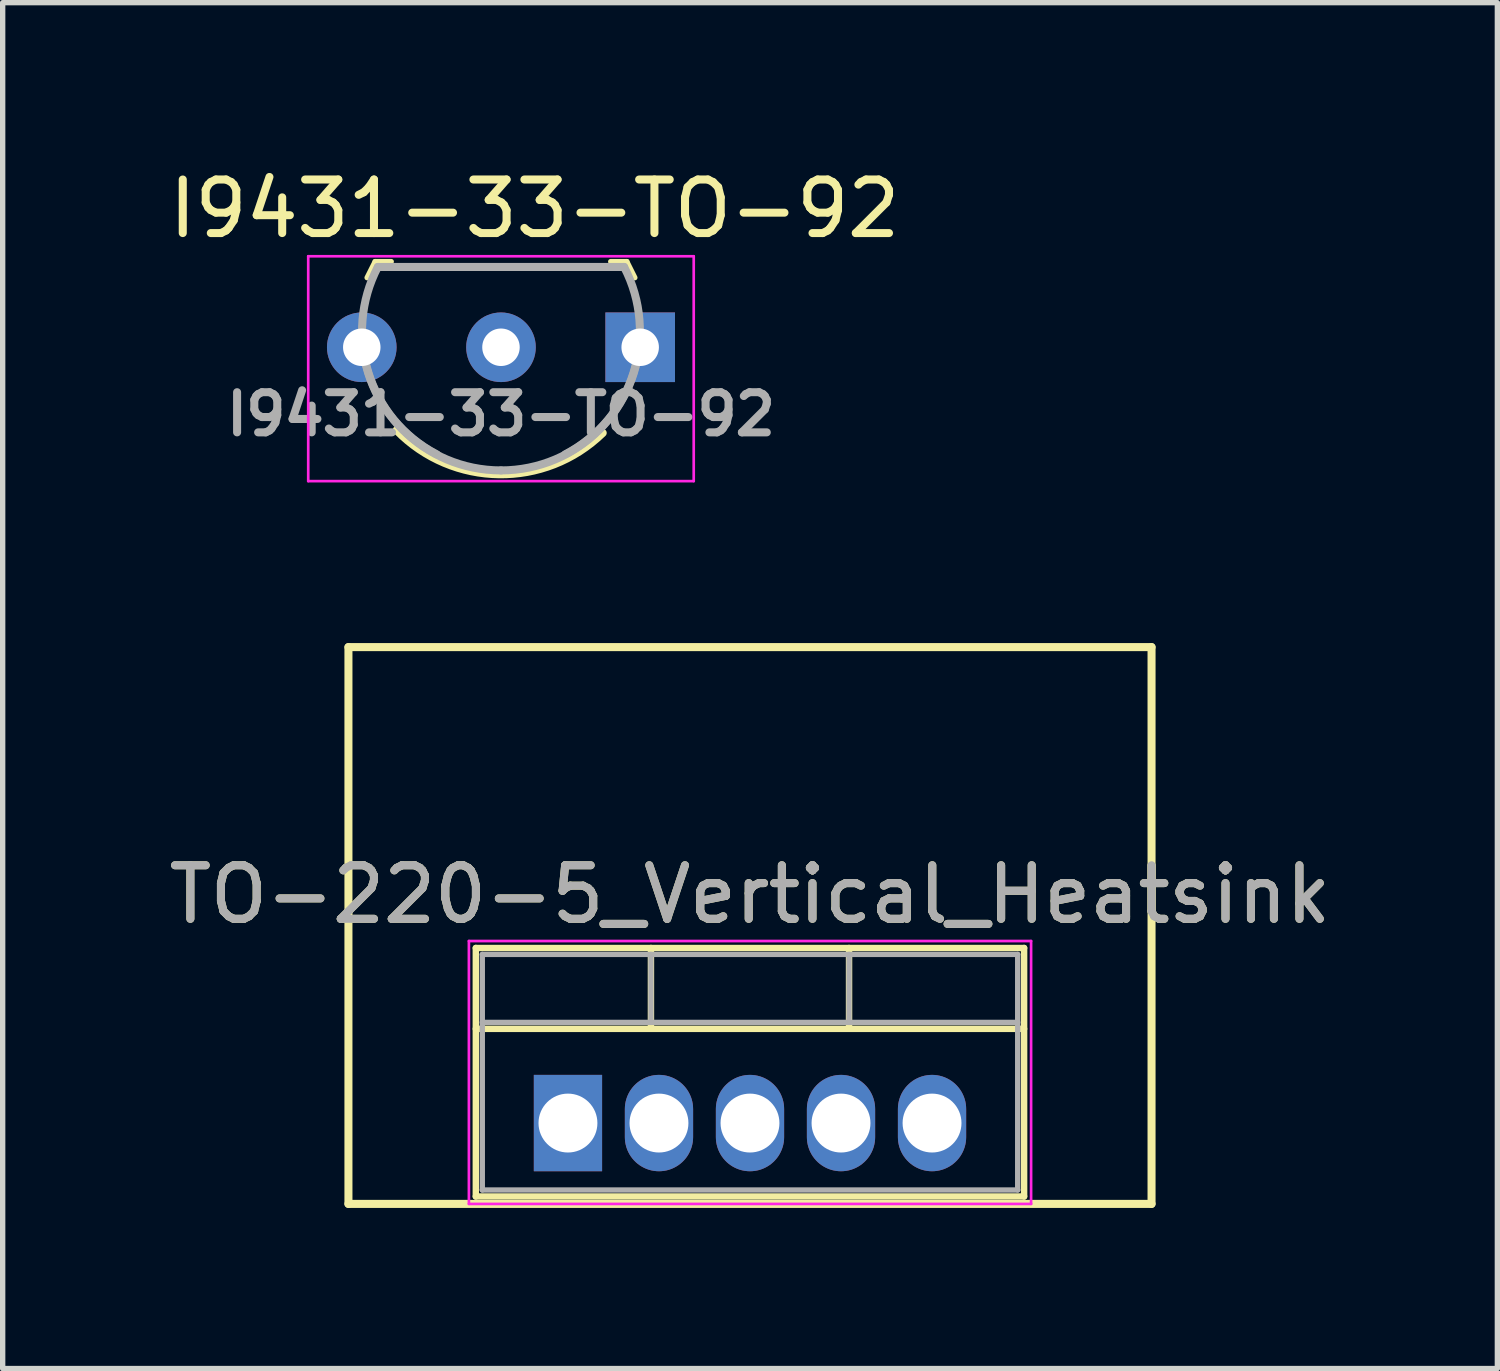
<source format=kicad_pcb>
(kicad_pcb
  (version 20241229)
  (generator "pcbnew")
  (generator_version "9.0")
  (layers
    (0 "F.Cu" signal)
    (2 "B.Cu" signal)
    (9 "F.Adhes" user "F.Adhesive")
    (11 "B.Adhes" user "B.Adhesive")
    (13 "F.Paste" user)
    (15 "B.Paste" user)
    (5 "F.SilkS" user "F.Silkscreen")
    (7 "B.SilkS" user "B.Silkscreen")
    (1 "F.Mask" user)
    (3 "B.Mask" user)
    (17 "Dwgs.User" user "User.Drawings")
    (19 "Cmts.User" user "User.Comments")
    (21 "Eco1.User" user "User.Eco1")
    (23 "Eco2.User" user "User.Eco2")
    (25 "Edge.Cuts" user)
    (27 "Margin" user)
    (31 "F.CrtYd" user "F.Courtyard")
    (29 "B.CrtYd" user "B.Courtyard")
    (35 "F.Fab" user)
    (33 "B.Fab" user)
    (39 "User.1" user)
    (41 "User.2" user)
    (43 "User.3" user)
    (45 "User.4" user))
  (footprint "I9431-33-TO-92"
    (layer "F.Cu")
    (at 4.335 4.198)
    (property "Reference" "I9431-33-TO-92" (at 2.6 -3.35 0) (layer "F.SilkS") (effects (font (size 1 1) (thickness 0.15))))
    (attr through_hole)
    (fp_line (start -0.378 -2.362) (end -0.528 -2.062) (stroke (width 0.1) (type solid)) (layer "F.SilkS"))
    (fp_line (start -0.378 -2.362) (end -0.078 -2.362) (stroke (width 0.1) (type solid)) (layer "F.SilkS"))
    (fp_line (start 4.022 -2.362) (end 4.322 -2.362) (stroke (width 0.1) (type solid)) (layer "F.SilkS"))
    (fp_line (start 4.322 -2.362) (end 4.472 -2.062) (stroke (width 0.1) (type solid)) (layer "F.SilkS"))
    (fp_arc (start 3.872 0.838) (mid 1.936645 1.610361) (end 0.022 0.788) (stroke (width 0.15) (type solid)) (layer "F.SilkS"))
    (fp_line (start -1.628 -2.462) (end -1.628 1.738) (stroke (width 0.05) (type solid)) (layer "F.CrtYd"))
    (fp_line (start 5.572 -2.462) (end -1.628 -2.462) (stroke (width 0.05) (type solid)) (layer "F.CrtYd"))
    (fp_line (start 5.572 -2.462) (end 5.572 1.738) (stroke (width 0.05) (type solid)) (layer "F.CrtYd"))
    (fp_line (start 5.572 1.738) (end -1.628 1.738) (stroke (width 0.05) (type solid)) (layer "F.CrtYd"))
    (fp_line (start -0.328 -2.262) (end 4.272 -2.262) (stroke (width 0.15) (type solid)) (layer "F.Fab"))
    (fp_arc (start 0.772 1.238) (mid -0.502874 -0.284183) (end -0.328 -2.262) (stroke (width 0.15) (type solid)) (layer "F.Fab"))
    (fp_arc (start 1.972 1.538) (mid 0.133522 0.776478) (end -0.628 -1.062) (stroke (width 0.15) (type solid)) (layer "F.Fab"))
    (fp_arc (start 4.272 -2.262) (mid 4.446874 -0.284183) (end 3.172 1.238) (stroke (width 0.15) (type solid)) (layer "F.Fab"))
    (fp_arc (start 4.572 -1.062) (mid 3.810478 0.776478) (end 1.972 1.538) (stroke (width 0.15) (type solid)) (layer "F.Fab"))
    (fp_text user "${REFERENCE}" (at 1.972 0.488 0) (layer "F.Fab") (effects (font (size 0.75 0.75) (thickness 0.15))))
    (pad "1" thru_hole rect (at 4.572 -0.762) (size 1.3 1.3) (drill 0.7) (layers "*.Cu" "*.Mask"))
    (pad "2" thru_hole circle (at 1.972 -0.762) (size 1.3 1.3) (drill 0.7) (layers "*.Cu" "*.Mask"))
    (pad "3" thru_hole circle (at -0.628 -0.762) (size 1.3 1.3) (drill 0.7) (layers "*.Cu" "*.Mask")))
  (footprint "TO-220-5_Vertical_Heatsink"
    (layer "F.Cu")
    (at 7.558 17.926)
    (property "Reference" "TO-220-5_Vertical_Heatsink" (at 3.4 -4.27 0) (layer "F.SilkS") (effects (font (size 1 1) (thickness 0.15))))
    (attr through_hole)
    (fp_line (start -4.1 -8.89) (end -4.1 1.51) (stroke (width 0.15) (type solid)) (layer "F.SilkS"))
    (fp_line (start -4.1 1.51) (end 10.9 1.51) (stroke (width 0.15) (type solid)) (layer "F.SilkS"))
    (fp_line (start -1.721 -3.27) (end -1.721 1.371) (stroke (width 0.12) (type solid)) (layer "F.SilkS"))
    (fp_line (start -1.721 -3.27) (end 8.52 -3.27) (stroke (width 0.12) (type solid)) (layer "F.SilkS"))
    (fp_line (start -1.721 -1.76) (end 8.52 -1.76) (stroke (width 0.12) (type solid)) (layer "F.SilkS"))
    (fp_line (start -1.721 1.371) (end 8.52 1.371) (stroke (width 0.12) (type solid)) (layer "F.SilkS"))
    (fp_line (start 1.55 -3.27) (end 1.55 -1.76) (stroke (width 0.12) (type solid)) (layer "F.SilkS"))
    (fp_line (start 5.25 -3.27) (end 5.25 -1.76) (stroke (width 0.12) (type solid)) (layer "F.SilkS"))
    (fp_line (start 8.52 -3.27) (end 8.52 1.371) (stroke (width 0.12) (type solid)) (layer "F.SilkS"))
    (fp_line (start 10.9 -8.89) (end -4.1 -8.89) (stroke (width 0.15) (type solid)) (layer "F.SilkS"))
    (fp_line (start 10.9 1.51) (end 10.9 -8.89) (stroke (width 0.15) (type solid)) (layer "F.SilkS"))
    (fp_line (start -1.85 -3.4) (end -1.85 1.51) (stroke (width 0.05) (type solid)) (layer "F.CrtYd"))
    (fp_line (start -1.85 1.51) (end 8.65 1.51) (stroke (width 0.05) (type solid)) (layer "F.CrtYd"))
    (fp_line (start 8.65 -3.4) (end -1.85 -3.4) (stroke (width 0.05) (type solid)) (layer "F.CrtYd"))
    (fp_line (start 8.65 1.51) (end 8.65 -3.4) (stroke (width 0.05) (type solid)) (layer "F.CrtYd"))
    (fp_line (start -1.6 -3.15) (end -1.6 1.25) (stroke (width 0.1) (type solid)) (layer "F.Fab"))
    (fp_line (start -1.6 -1.88) (end 8.4 -1.88) (stroke (width 0.1) (type solid)) (layer "F.Fab"))
    (fp_line (start -1.6 1.25) (end 8.4 1.25) (stroke (width 0.1) (type solid)) (layer "F.Fab"))
    (fp_line (start 1.55 -3.15) (end 1.55 -1.88) (stroke (width 0.1) (type solid)) (layer "F.Fab"))
    (fp_line (start 5.25 -3.15) (end 5.25 -1.88) (stroke (width 0.1) (type solid)) (layer "F.Fab"))
    (fp_line (start 8.4 -3.15) (end -1.6 -3.15) (stroke (width 0.1) (type solid)) (layer "F.Fab"))
    (fp_line (start 8.4 1.25) (end 8.4 -3.15) (stroke (width 0.1) (type solid)) (layer "F.Fab"))
    (fp_text user "${REFERENCE}" (at 3.4 -4.27 0) (layer "F.Fab") (effects (font (size 1 1) (thickness 0.15))))
    (pad "1" thru_hole rect (at 0 0) (size 1.275 1.8) (drill 1.1) (layers "*.Cu" "*.Mask"))
    (pad "2" thru_hole oval (at 1.7 0) (size 1.275 1.8) (drill 1.1) (layers "*.Cu" "*.Mask"))
    (pad "3" thru_hole oval (at 3.4 0) (size 1.275 1.8) (drill 1.1) (layers "*.Cu" "*.Mask"))
    (pad "4" thru_hole oval (at 5.1 0) (size 1.275 1.8) (drill 1.1) (layers "*.Cu" "*.Mask"))
    (pad "5" thru_hole oval (at 6.8 0) (size 1.275 1.8) (drill 1.1) (layers "*.Cu" "*.Mask")))
  (gr_rect
    (start -3 -3)
    (end 24.917 22.511)
    (stroke (width 0.1) (type default))
    (fill no)
    (layer "Edge.Cuts")))
</source>
